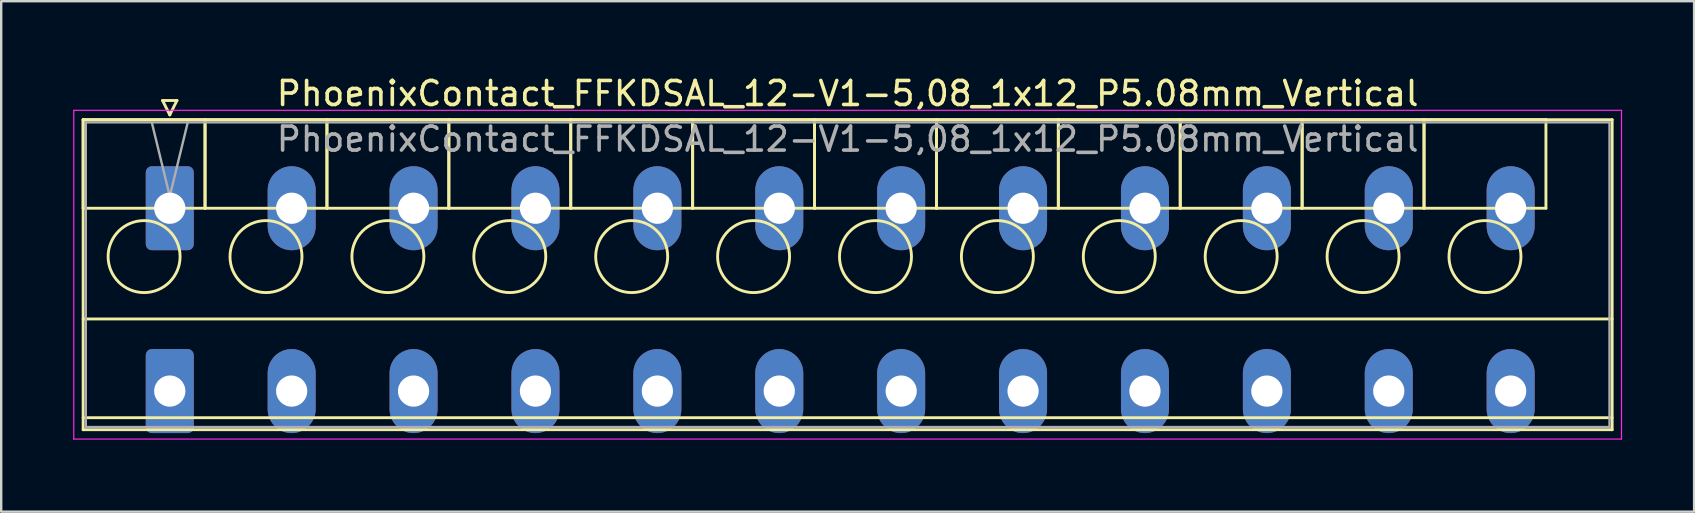
<source format=kicad_pcb>
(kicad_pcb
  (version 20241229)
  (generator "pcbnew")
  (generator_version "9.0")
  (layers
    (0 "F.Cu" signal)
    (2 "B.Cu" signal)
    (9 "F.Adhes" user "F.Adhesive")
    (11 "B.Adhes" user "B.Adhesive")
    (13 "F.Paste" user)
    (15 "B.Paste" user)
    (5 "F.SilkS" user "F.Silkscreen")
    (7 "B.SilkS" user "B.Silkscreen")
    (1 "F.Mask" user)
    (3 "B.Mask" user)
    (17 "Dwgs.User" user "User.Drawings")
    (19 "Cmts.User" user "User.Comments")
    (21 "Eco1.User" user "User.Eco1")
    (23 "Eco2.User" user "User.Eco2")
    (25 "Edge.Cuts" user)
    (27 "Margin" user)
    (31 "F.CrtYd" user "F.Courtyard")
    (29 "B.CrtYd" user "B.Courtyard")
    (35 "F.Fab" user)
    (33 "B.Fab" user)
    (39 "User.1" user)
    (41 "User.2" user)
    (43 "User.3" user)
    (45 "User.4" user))
  (footprint "PhoenixContact_FFKDSAL_12-V1-5,08_1x12_P5.08mm_Vertical"
    (layer "F.Cu")
    (at 4.025 5.628)
    (property "Reference" "PhoenixContact_FFKDSAL_12-V1-5,08_1x12_P5.08mm_Vertical" (at 28.25 -4.78 0) (layer "F.SilkS") (effects (font (size 1 1) (thickness 0.15))))
    (attr through_hole)
    (fp_line (start -3.61 -3.69) (end -3.61 0) (stroke (width 0.12) (type solid)) (layer "F.SilkS"))
    (fp_line (start -3.61 -3.69) (end -3.61 9.23) (stroke (width 0.12) (type solid)) (layer "F.SilkS"))
    (fp_line (start -3.61 0) (end 1.47 0) (stroke (width 0.12) (type solid)) (layer "F.SilkS"))
    (fp_line (start -3.61 4.615) (end 60.11 4.615) (stroke (width 0.12) (type solid)) (layer "F.SilkS"))
    (fp_line (start -3.61 8.73) (end 60.11 8.73) (stroke (width 0.12) (type solid)) (layer "F.SilkS"))
    (fp_line (start -3.61 9.23) (end 60.11 9.23) (stroke (width 0.12) (type solid)) (layer "F.SilkS"))
    (fp_line (start -0.3 -4.49) (end 0.3 -4.49) (stroke (width 0.12) (type solid)) (layer "F.SilkS"))
    (fp_line (start 0 -3.89) (end -0.3 -4.49) (stroke (width 0.12) (type solid)) (layer "F.SilkS"))
    (fp_line (start 0.3 -4.49) (end 0 -3.89) (stroke (width 0.12) (type solid)) (layer "F.SilkS"))
    (fp_line (start 1.47 -3.69) (end -3.61 -3.69) (stroke (width 0.12) (type solid)) (layer "F.SilkS"))
    (fp_line (start 1.47 -3.69) (end 1.47 0) (stroke (width 0.12) (type solid)) (layer "F.SilkS"))
    (fp_line (start 1.47 0) (end 1.47 -3.69) (stroke (width 0.12) (type solid)) (layer "F.SilkS"))
    (fp_line (start 1.47 0) (end 6.55 0) (stroke (width 0.12) (type solid)) (layer "F.SilkS"))
    (fp_line (start 6.55 -3.69) (end 1.47 -3.69) (stroke (width 0.12) (type solid)) (layer "F.SilkS"))
    (fp_line (start 6.55 -3.69) (end 6.55 0) (stroke (width 0.12) (type solid)) (layer "F.SilkS"))
    (fp_line (start 6.55 0) (end 6.55 -3.69) (stroke (width 0.12) (type solid)) (layer "F.SilkS"))
    (fp_line (start 6.55 0) (end 11.63 0) (stroke (width 0.12) (type solid)) (layer "F.SilkS"))
    (fp_line (start 11.63 -3.69) (end 6.55 -3.69) (stroke (width 0.12) (type solid)) (layer "F.SilkS"))
    (fp_line (start 11.63 -3.69) (end 11.63 0) (stroke (width 0.12) (type solid)) (layer "F.SilkS"))
    (fp_line (start 11.63 0) (end 11.63 -3.69) (stroke (width 0.12) (type solid)) (layer "F.SilkS"))
    (fp_line (start 11.63 0) (end 16.71 0) (stroke (width 0.12) (type solid)) (layer "F.SilkS"))
    (fp_line (start 16.71 -3.69) (end 11.63 -3.69) (stroke (width 0.12) (type solid)) (layer "F.SilkS"))
    (fp_line (start 16.71 -3.69) (end 16.71 0) (stroke (width 0.12) (type solid)) (layer "F.SilkS"))
    (fp_line (start 16.71 0) (end 16.71 -3.69) (stroke (width 0.12) (type solid)) (layer "F.SilkS"))
    (fp_line (start 16.71 0) (end 21.79 0) (stroke (width 0.12) (type solid)) (layer "F.SilkS"))
    (fp_line (start 21.79 -3.69) (end 16.71 -3.69) (stroke (width 0.12) (type solid)) (layer "F.SilkS"))
    (fp_line (start 21.79 -3.69) (end 21.79 0) (stroke (width 0.12) (type solid)) (layer "F.SilkS"))
    (fp_line (start 21.79 0) (end 21.79 -3.69) (stroke (width 0.12) (type solid)) (layer "F.SilkS"))
    (fp_line (start 21.79 0) (end 26.87 0) (stroke (width 0.12) (type solid)) (layer "F.SilkS"))
    (fp_line (start 26.87 -3.69) (end 21.79 -3.69) (stroke (width 0.12) (type solid)) (layer "F.SilkS"))
    (fp_line (start 26.87 -3.69) (end 26.87 0) (stroke (width 0.12) (type solid)) (layer "F.SilkS"))
    (fp_line (start 26.87 0) (end 26.87 -3.69) (stroke (width 0.12) (type solid)) (layer "F.SilkS"))
    (fp_line (start 26.87 0) (end 31.95 0) (stroke (width 0.12) (type solid)) (layer "F.SilkS"))
    (fp_line (start 31.95 -3.69) (end 26.87 -3.69) (stroke (width 0.12) (type solid)) (layer "F.SilkS"))
    (fp_line (start 31.95 -3.69) (end 31.95 0) (stroke (width 0.12) (type solid)) (layer "F.SilkS"))
    (fp_line (start 31.95 0) (end 31.95 -3.69) (stroke (width 0.12) (type solid)) (layer "F.SilkS"))
    (fp_line (start 31.95 0) (end 37.03 0) (stroke (width 0.12) (type solid)) (layer "F.SilkS"))
    (fp_line (start 37.03 -3.69) (end 31.95 -3.69) (stroke (width 0.12) (type solid)) (layer "F.SilkS"))
    (fp_line (start 37.03 -3.69) (end 37.03 0) (stroke (width 0.12) (type solid)) (layer "F.SilkS"))
    (fp_line (start 37.03 0) (end 37.03 -3.69) (stroke (width 0.12) (type solid)) (layer "F.SilkS"))
    (fp_line (start 37.03 0) (end 42.11 0) (stroke (width 0.12) (type solid)) (layer "F.SilkS"))
    (fp_line (start 42.11 -3.69) (end 37.03 -3.69) (stroke (width 0.12) (type solid)) (layer "F.SilkS"))
    (fp_line (start 42.11 -3.69) (end 42.11 0) (stroke (width 0.12) (type solid)) (layer "F.SilkS"))
    (fp_line (start 42.11 0) (end 42.11 -3.69) (stroke (width 0.12) (type solid)) (layer "F.SilkS"))
    (fp_line (start 42.11 0) (end 47.19 0) (stroke (width 0.12) (type solid)) (layer "F.SilkS"))
    (fp_line (start 47.19 -3.69) (end 42.11 -3.69) (stroke (width 0.12) (type solid)) (layer "F.SilkS"))
    (fp_line (start 47.19 -3.69) (end 47.19 0) (stroke (width 0.12) (type solid)) (layer "F.SilkS"))
    (fp_line (start 47.19 0) (end 47.19 -3.69) (stroke (width 0.12) (type solid)) (layer "F.SilkS"))
    (fp_line (start 47.19 0) (end 52.27 0) (stroke (width 0.12) (type solid)) (layer "F.SilkS"))
    (fp_line (start 52.27 -3.69) (end 47.19 -3.69) (stroke (width 0.12) (type solid)) (layer "F.SilkS"))
    (fp_line (start 52.27 -3.69) (end 52.27 0) (stroke (width 0.12) (type solid)) (layer "F.SilkS"))
    (fp_line (start 52.27 0) (end 52.27 -3.69) (stroke (width 0.12) (type solid)) (layer "F.SilkS"))
    (fp_line (start 52.27 0) (end 57.35 0) (stroke (width 0.12) (type solid)) (layer "F.SilkS"))
    (fp_line (start 57.35 -3.69) (end 52.27 -3.69) (stroke (width 0.12) (type solid)) (layer "F.SilkS"))
    (fp_line (start 57.35 0) (end 57.35 -3.69) (stroke (width 0.12) (type solid)) (layer "F.SilkS"))
    (fp_line (start 60.11 -3.69) (end -3.61 -3.69) (stroke (width 0.12) (type solid)) (layer "F.SilkS"))
    (fp_line (start 60.11 9.23) (end 60.11 -3.69) (stroke (width 0.12) (type solid)) (layer "F.SilkS"))
    (fp_circle (center -1.07 2.015) (end 0.43 2.015) (stroke (width 0.12) (type solid)) (fill no) (layer "F.SilkS"))
    (fp_circle (center 4.01 2.015) (end 5.51 2.015) (stroke (width 0.12) (type solid)) (fill no) (layer "F.SilkS"))
    (fp_circle (center 9.09 2.015) (end 10.59 2.015) (stroke (width 0.12) (type solid)) (fill no) (layer "F.SilkS"))
    (fp_circle (center 14.17 2.015) (end 15.67 2.015) (stroke (width 0.12) (type solid)) (fill no) (layer "F.SilkS"))
    (fp_circle (center 19.25 2.015) (end 20.75 2.015) (stroke (width 0.12) (type solid)) (fill no) (layer "F.SilkS"))
    (fp_circle (center 24.33 2.015) (end 25.83 2.015) (stroke (width 0.12) (type solid)) (fill no) (layer "F.SilkS"))
    (fp_circle (center 29.41 2.015) (end 30.91 2.015) (stroke (width 0.12) (type solid)) (fill no) (layer "F.SilkS"))
    (fp_circle (center 34.49 2.015) (end 35.99 2.015) (stroke (width 0.12) (type solid)) (fill no) (layer "F.SilkS"))
    (fp_circle (center 39.57 2.015) (end 41.07 2.015) (stroke (width 0.12) (type solid)) (fill no) (layer "F.SilkS"))
    (fp_circle (center 44.65 2.015) (end 46.15 2.015) (stroke (width 0.12) (type solid)) (fill no) (layer "F.SilkS"))
    (fp_circle (center 49.73 2.015) (end 51.23 2.015) (stroke (width 0.12) (type solid)) (fill no) (layer "F.SilkS"))
    (fp_circle (center 54.81 2.015) (end 56.31 2.015) (stroke (width 0.12) (type solid)) (fill no) (layer "F.SilkS"))
    (fp_line (start -4 -4.08) (end -4 9.62) (stroke (width 0.05) (type solid)) (layer "F.CrtYd"))
    (fp_line (start -4 9.62) (end 60.5 9.62) (stroke (width 0.05) (type solid)) (layer "F.CrtYd"))
    (fp_line (start 60.5 -4.08) (end -4 -4.08) (stroke (width 0.05) (type solid)) (layer "F.CrtYd"))
    (fp_line (start 60.5 9.62) (end 60.5 -4.08) (stroke (width 0.05) (type solid)) (layer "F.CrtYd"))
    (fp_line (start -3.5 -3.58) (end -3.5 9.12) (stroke (width 0.1) (type solid)) (layer "F.Fab"))
    (fp_line (start -3.5 9.12) (end 60 9.12) (stroke (width 0.1) (type solid)) (layer "F.Fab"))
    (fp_line (start 0 -0.5) (end -0.75 -3.58) (stroke (width 0.1) (type solid)) (layer "F.Fab"))
    (fp_line (start 0.75 -3.58) (end 0 -0.5) (stroke (width 0.1) (type solid)) (layer "F.Fab"))
    (fp_line (start 60 -3.58) (end -3.5 -3.58) (stroke (width 0.1) (type solid)) (layer "F.Fab"))
    (fp_line (start 60 9.12) (end 60 -3.58) (stroke (width 0.1) (type solid)) (layer "F.Fab"))
    (fp_text user "${REFERENCE}" (at 28.25 -2.88 0) (layer "F.Fab") (effects (font (size 1 1) (thickness 0.15))))
    (pad "1" thru_hole roundrect (at 0 0) (size 2 3.5) (drill 1.3) (layers "*.Cu" "*.Mask") (roundrect_rratio 0.125))
    (pad "1" thru_hole roundrect (at 0 7.62) (size 2 3.5) (drill 1.3) (layers "*.Cu" "*.Mask") (roundrect_rratio 0.125))
    (pad "2" thru_hole oval (at 5.08 0) (size 2 3.5) (drill 1.3) (layers "*.Cu" "*.Mask"))
    (pad "2" thru_hole oval (at 5.08 7.62) (size 2 3.5) (drill 1.3) (layers "*.Cu" "*.Mask"))
    (pad "3" thru_hole oval (at 10.16 0) (size 2 3.5) (drill 1.3) (layers "*.Cu" "*.Mask"))
    (pad "3" thru_hole oval (at 10.16 7.62) (size 2 3.5) (drill 1.3) (layers "*.Cu" "*.Mask"))
    (pad "4" thru_hole oval (at 15.24 0) (size 2 3.5) (drill 1.3) (layers "*.Cu" "*.Mask"))
    (pad "4" thru_hole oval (at 15.24 7.62) (size 2 3.5) (drill 1.3) (layers "*.Cu" "*.Mask"))
    (pad "5" thru_hole oval (at 20.32 0) (size 2 3.5) (drill 1.3) (layers "*.Cu" "*.Mask"))
    (pad "5" thru_hole oval (at 20.32 7.62) (size 2 3.5) (drill 1.3) (layers "*.Cu" "*.Mask"))
    (pad "6" thru_hole oval (at 25.4 0) (size 2 3.5) (drill 1.3) (layers "*.Cu" "*.Mask"))
    (pad "6" thru_hole oval (at 25.4 7.62) (size 2 3.5) (drill 1.3) (layers "*.Cu" "*.Mask"))
    (pad "7" thru_hole oval (at 30.48 0) (size 2 3.5) (drill 1.3) (layers "*.Cu" "*.Mask"))
    (pad "7" thru_hole oval (at 30.48 7.62) (size 2 3.5) (drill 1.3) (layers "*.Cu" "*.Mask"))
    (pad "8" thru_hole oval (at 35.56 0) (size 2 3.5) (drill 1.3) (layers "*.Cu" "*.Mask"))
    (pad "8" thru_hole oval (at 35.56 7.62) (size 2 3.5) (drill 1.3) (layers "*.Cu" "*.Mask"))
    (pad "9" thru_hole oval (at 40.64 0) (size 2 3.5) (drill 1.3) (layers "*.Cu" "*.Mask"))
    (pad "9" thru_hole oval (at 40.64 7.62) (size 2 3.5) (drill 1.3) (layers "*.Cu" "*.Mask"))
    (pad "10" thru_hole oval (at 45.72 0) (size 2 3.5) (drill 1.3) (layers "*.Cu" "*.Mask"))
    (pad "10" thru_hole oval (at 45.72 7.62) (size 2 3.5) (drill 1.3) (layers "*.Cu" "*.Mask"))
    (pad "11" thru_hole oval (at 50.8 0) (size 2 3.5) (drill 1.3) (layers "*.Cu" "*.Mask"))
    (pad "11" thru_hole oval (at 50.8 7.62) (size 2 3.5) (drill 1.3) (layers "*.Cu" "*.Mask"))
    (pad "12" thru_hole oval (at 55.88 0) (size 2 3.5) (drill 1.3) (layers "*.Cu" "*.Mask"))
    (pad "12" thru_hole oval (at 55.88 7.62) (size 2 3.5) (drill 1.3) (layers "*.Cu" "*.Mask")))
  (gr_rect
    (start -3 -3)
    (end 67.55 18.273)
    (stroke (width 0.1) (type default))
    (fill no)
    (layer "Edge.Cuts")))
</source>
